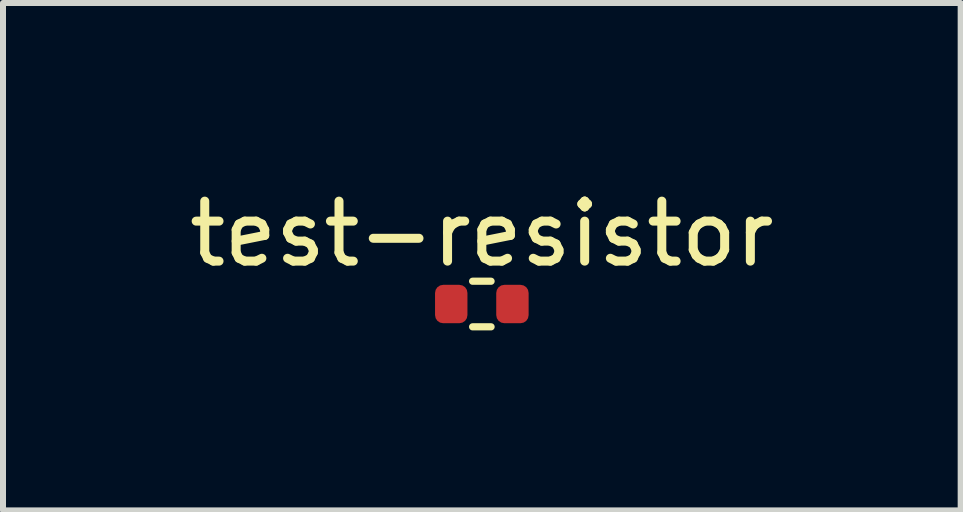
<source format=kicad_pcb>
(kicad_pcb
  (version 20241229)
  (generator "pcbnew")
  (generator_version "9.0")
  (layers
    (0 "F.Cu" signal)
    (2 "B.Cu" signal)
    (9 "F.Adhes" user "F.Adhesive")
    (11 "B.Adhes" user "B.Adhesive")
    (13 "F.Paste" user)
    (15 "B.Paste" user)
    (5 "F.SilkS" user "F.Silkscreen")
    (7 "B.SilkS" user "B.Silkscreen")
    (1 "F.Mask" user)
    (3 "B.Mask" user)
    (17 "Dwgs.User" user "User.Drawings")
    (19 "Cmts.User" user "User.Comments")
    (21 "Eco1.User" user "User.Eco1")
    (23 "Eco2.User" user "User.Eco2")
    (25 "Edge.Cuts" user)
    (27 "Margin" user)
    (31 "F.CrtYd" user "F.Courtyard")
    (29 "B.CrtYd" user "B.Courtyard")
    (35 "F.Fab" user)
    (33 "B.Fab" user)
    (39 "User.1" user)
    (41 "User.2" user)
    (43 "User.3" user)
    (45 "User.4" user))
  (footprint "test-resistor"
    (layer "F.Cu")
    (at 4.982 2.018)
    (property "Reference" "test-resistor" (at 0 -1.17 0) (layer "F.SilkS") (effects (font (size 1 1) (thickness 0.15))))
    (attr smd)
    (fp_line (start -0.154 -0.38) (end 0.154 -0.38) (stroke (width 0.12) (type solid)) (layer "F.SilkS"))
    (fp_line (start -0.154 0.38) (end 0.154 0.38) (stroke (width 0.12) (type solid)) (layer "F.SilkS"))
    (pad "1" smd roundrect (at -0.51 0) (size 0.54 0.64) (layers "F.Cu" "F.Mask" "F.Paste") (roundrect_rratio 0.25))
    (pad "2" smd roundrect (at 0.51 0) (size 0.54 0.64) (layers "F.Cu" "F.Mask" "F.Paste") (roundrect_rratio 0.25)))
  (gr_rect
    (start -3 -3)
    (end 12.964 5.458)
    (stroke (width 0.1) (type default))
    (fill no)
    (layer "Edge.Cuts")))
</source>
